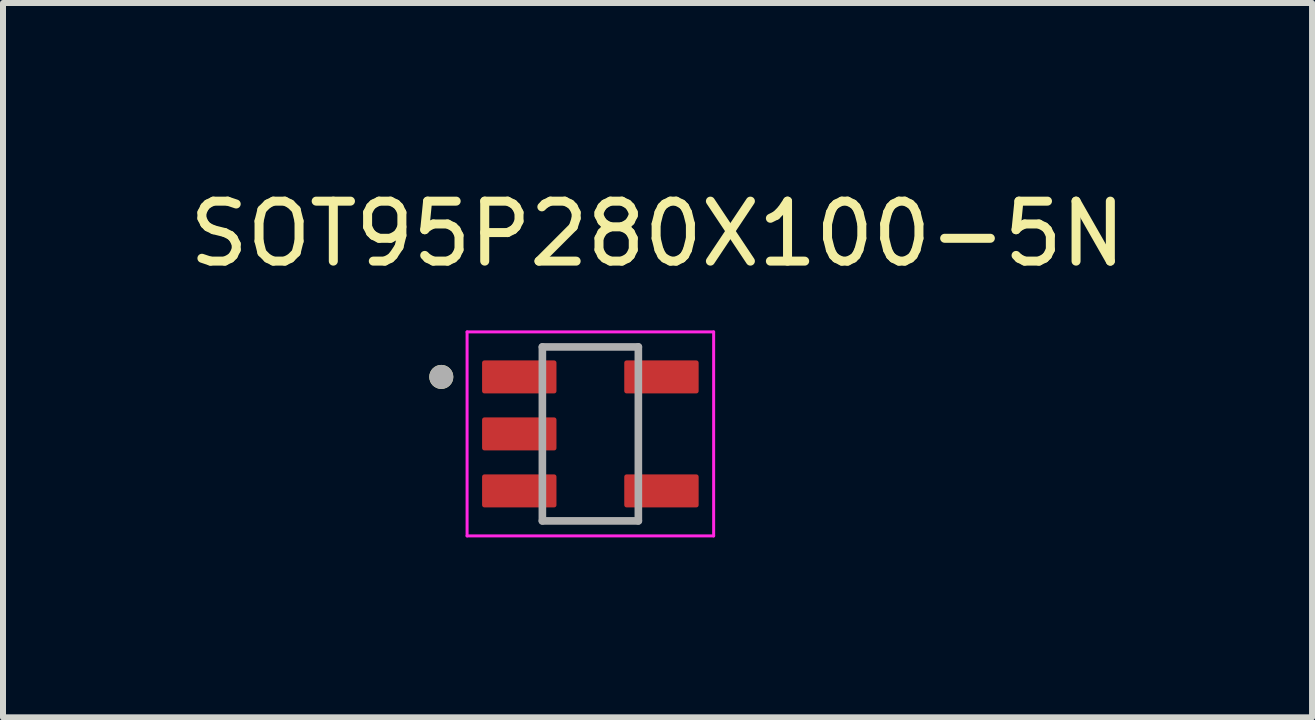
<source format=kicad_pcb>
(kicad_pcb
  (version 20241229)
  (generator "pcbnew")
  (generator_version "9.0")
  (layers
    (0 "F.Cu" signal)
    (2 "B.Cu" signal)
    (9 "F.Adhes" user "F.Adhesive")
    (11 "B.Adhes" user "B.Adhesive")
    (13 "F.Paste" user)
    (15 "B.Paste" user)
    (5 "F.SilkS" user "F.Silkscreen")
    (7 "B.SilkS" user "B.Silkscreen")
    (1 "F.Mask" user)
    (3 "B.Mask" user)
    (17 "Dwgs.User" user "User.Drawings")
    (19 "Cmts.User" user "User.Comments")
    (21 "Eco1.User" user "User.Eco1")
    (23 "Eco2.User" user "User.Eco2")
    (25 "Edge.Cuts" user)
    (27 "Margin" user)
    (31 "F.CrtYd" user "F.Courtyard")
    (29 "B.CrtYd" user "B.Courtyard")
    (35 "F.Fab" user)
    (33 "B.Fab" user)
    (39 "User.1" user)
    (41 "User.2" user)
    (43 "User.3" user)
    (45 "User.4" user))
  (footprint "SOT95P280X100-5N"
    (layer "F.Cu")
    (at 6.791 4.183)
    (property "Reference" "SOT95P280X100-5N" (at 1.12 -3.335 0) (layer "F.SilkS") (effects (font (size 1 1) (thickness 0.15))))
    (attr smd)
    (fp_circle (center -2.485 -0.95) (end -2.385 -0.95) (stroke (width 0.2) (type solid)) (fill no) (layer "F.SilkS"))
    (fp_line (start -2.055 -1.7) (end -2.055 1.7) (stroke (width 0.05) (type solid)) (layer "F.CrtYd"))
    (fp_line (start -2.055 1.7) (end 2.055 1.7) (stroke (width 0.05) (type solid)) (layer "F.CrtYd"))
    (fp_line (start 2.055 -1.7) (end -2.055 -1.7) (stroke (width 0.05) (type solid)) (layer "F.CrtYd"))
    (fp_line (start 2.055 1.7) (end 2.055 -1.7) (stroke (width 0.05) (type solid)) (layer "F.CrtYd"))
    (fp_line (start -0.8 -1.45) (end 0.8 -1.45) (stroke (width 0.127) (type solid)) (layer "F.Fab"))
    (fp_line (start -0.8 1.45) (end -0.8 -1.45) (stroke (width 0.127) (type solid)) (layer "F.Fab"))
    (fp_line (start 0.8 -1.45) (end 0.8 1.45) (stroke (width 0.127) (type solid)) (layer "F.Fab"))
    (fp_line (start 0.8 1.45) (end -0.8 1.45) (stroke (width 0.127) (type solid)) (layer "F.Fab"))
    (fp_circle (center -2.485 -0.95) (end -2.385 -0.95) (stroke (width 0.2) (type solid)) (fill no) (layer "F.Fab"))
    (pad "1" smd roundrect (at -1.185 -0.95) (size 1.24 0.55) (layers "F.Cu" "F.Mask" "F.Paste") (roundrect_rratio 0.07))
    (pad "2" smd roundrect (at -1.185 0) (size 1.24 0.55) (layers "F.Cu" "F.Mask" "F.Paste") (roundrect_rratio 0.07))
    (pad "3" smd roundrect (at -1.185 0.95) (size 1.24 0.55) (layers "F.Cu" "F.Mask" "F.Paste") (roundrect_rratio 0.07))
    (pad "4" smd roundrect (at 1.185 0.95) (size 1.24 0.55) (layers "F.Cu" "F.Mask" "F.Paste") (roundrect_rratio 0.07))
    (pad "5" smd roundrect (at 1.185 -0.95) (size 1.24 0.55) (layers "F.Cu" "F.Mask" "F.Paste") (roundrect_rratio 0.07)))
  (gr_rect
    (start -3 -3)
    (end 18.821 8.908)
    (stroke (width 0.1) (type default))
    (fill no)
    (layer "Edge.Cuts")))
</source>
